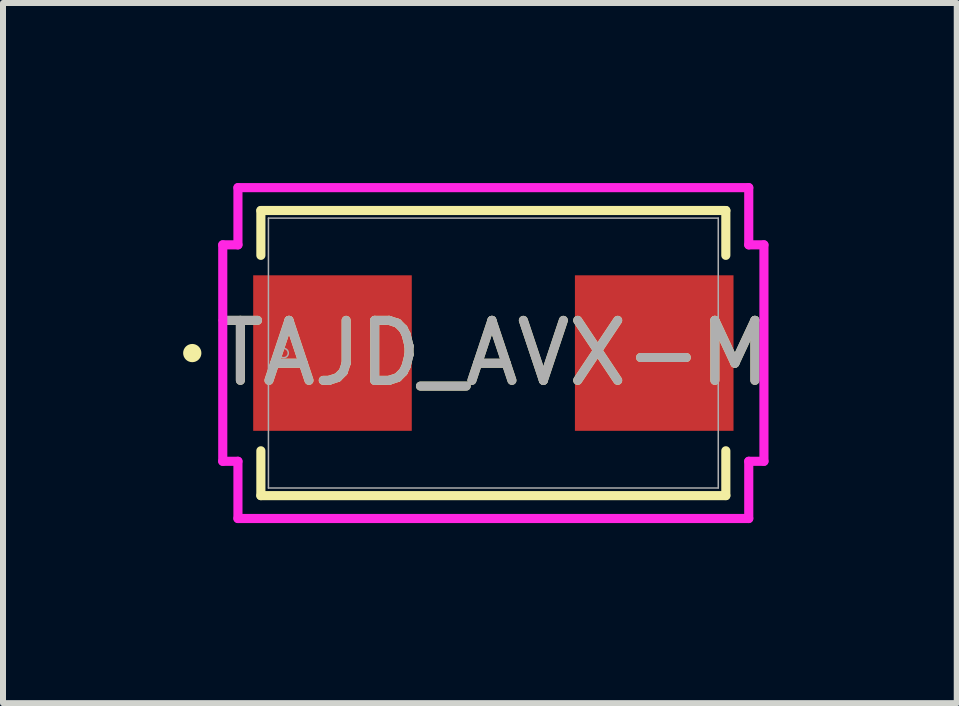
<source format=kicad_pcb>
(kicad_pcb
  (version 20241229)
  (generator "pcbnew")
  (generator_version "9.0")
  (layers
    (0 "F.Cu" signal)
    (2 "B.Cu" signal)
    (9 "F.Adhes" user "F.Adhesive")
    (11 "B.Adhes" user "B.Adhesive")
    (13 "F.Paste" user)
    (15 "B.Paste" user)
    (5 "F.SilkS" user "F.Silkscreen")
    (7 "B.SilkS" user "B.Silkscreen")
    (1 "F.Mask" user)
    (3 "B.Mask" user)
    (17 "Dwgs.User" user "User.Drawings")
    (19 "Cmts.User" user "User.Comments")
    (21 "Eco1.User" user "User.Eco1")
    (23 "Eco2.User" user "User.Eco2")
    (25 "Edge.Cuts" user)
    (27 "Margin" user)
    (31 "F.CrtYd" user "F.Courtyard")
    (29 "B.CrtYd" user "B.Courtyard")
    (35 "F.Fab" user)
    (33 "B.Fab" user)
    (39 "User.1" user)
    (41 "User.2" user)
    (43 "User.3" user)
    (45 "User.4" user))
  (footprint "TAJD_AVX-M"
    (layer "F.Cu")
    (at 5.169 2.832)
    (property "Reference" "TAJD_AVX-M" (at 0 0 0) (unlocked yes) (layer "F.SilkS") (effects (font (size 1 1) (thickness 0.15))))
    (attr smd)
    (fp_line (start -3.873 -2.375) (end -3.873 -1.628) (stroke (width 0.152) (type solid)) (layer "F.SilkS"))
    (fp_line (start -3.873 1.628) (end -3.873 2.375) (stroke (width 0.152) (type solid)) (layer "F.SilkS"))
    (fp_line (start -3.873 2.375) (end 3.873 2.375) (stroke (width 0.152) (type solid)) (layer "F.SilkS"))
    (fp_line (start 3.873 -2.375) (end -3.873 -2.375) (stroke (width 0.152) (type solid)) (layer "F.SilkS"))
    (fp_line (start 3.873 -1.628) (end 3.873 -2.375) (stroke (width 0.152) (type solid)) (layer "F.SilkS"))
    (fp_line (start 3.873 2.375) (end 3.873 1.628) (stroke (width 0.152) (type solid)) (layer "F.SilkS"))
    (fp_circle (center -5.016 0) (end -4.94 0) (stroke (width 0.152) (type solid)) (fill no) (layer "F.SilkS"))
    (fp_line (start -4.508 -1.803) (end -4.255 -1.803) (stroke (width 0.152) (type solid)) (layer "F.CrtYd"))
    (fp_line (start -4.508 1.803) (end -4.508 -1.803) (stroke (width 0.152) (type solid)) (layer "F.CrtYd"))
    (fp_line (start -4.255 -2.756) (end 4.255 -2.756) (stroke (width 0.152) (type solid)) (layer "F.CrtYd"))
    (fp_line (start -4.255 -1.803) (end -4.255 -2.756) (stroke (width 0.152) (type solid)) (layer "F.CrtYd"))
    (fp_line (start -4.255 1.803) (end -4.508 1.803) (stroke (width 0.152) (type solid)) (layer "F.CrtYd"))
    (fp_line (start -4.255 2.756) (end -4.255 1.803) (stroke (width 0.152) (type solid)) (layer "F.CrtYd"))
    (fp_line (start 4.255 -2.756) (end 4.255 -1.803) (stroke (width 0.152) (type solid)) (layer "F.CrtYd"))
    (fp_line (start 4.255 -1.803) (end 4.508 -1.803) (stroke (width 0.152) (type solid)) (layer "F.CrtYd"))
    (fp_line (start 4.255 1.803) (end 4.255 2.756) (stroke (width 0.152) (type solid)) (layer "F.CrtYd"))
    (fp_line (start 4.255 2.756) (end -4.255 2.756) (stroke (width 0.152) (type solid)) (layer "F.CrtYd"))
    (fp_line (start 4.508 -1.803) (end 4.508 1.803) (stroke (width 0.152) (type solid)) (layer "F.CrtYd"))
    (fp_line (start 4.508 1.803) (end 4.255 1.803) (stroke (width 0.152) (type solid)) (layer "F.CrtYd"))
    (fp_line (start -3.747 -2.248) (end -3.747 2.248) (stroke (width 0.025) (type solid)) (layer "F.Fab"))
    (fp_line (start -3.747 2.248) (end 3.747 2.248) (stroke (width 0.025) (type solid)) (layer "F.Fab"))
    (fp_line (start 3.747 -2.248) (end -3.747 -2.248) (stroke (width 0.025) (type solid)) (layer "F.Fab"))
    (fp_line (start 3.747 2.248) (end 3.747 -2.248) (stroke (width 0.025) (type solid)) (layer "F.Fab"))
    (fp_circle (center -3.493 0) (end -3.416 0) (stroke (width 0.025) (type solid)) (fill no) (layer "F.Fab"))
    (fp_text user "${REFERENCE}" (at 0 0 0) (unlocked yes) (layer "F.Fab") (effects (font (size 1 1) (thickness 0.15))))
    (pad "1" smd rect (at -2.68 0 90) (size 2.591 2.642) (layers "F.Cu" "F.Mask" "F.Paste"))
    (pad "2" smd rect (at 2.68 0 90) (size 2.591 2.642) (layers "F.Cu" "F.Mask" "F.Paste"))
    (zone (net_name "") (layer "F.Cu") (hatch full 0.508) (connect_pads) (min_thickness 0.254) (filled_areas_thickness no) (keepout (tracks not_allowed) (vias not_allowed) (pads allowed) (copperpour not_allowed) (footprints allowed)) (placement (enabled no)) (fill) (polygon (pts (xy 1.473 0.635) (xy 8.865 0.635) (xy 8.865 1.486) (xy 1.473 1.486))))
    (zone (net_name "") (layer "F.Cu") (hatch full 0.508) (connect_pads) (min_thickness 0.254) (filled_areas_thickness no) (keepout (tracks not_allowed) (vias not_allowed) (pads allowed) (copperpour not_allowed) (footprints allowed)) (placement (enabled no)) (fill) (polygon (pts (xy 1.473 4.178) (xy 8.865 4.178) (xy 8.865 5.029) (xy 1.473 5.029))))
    (zone (net_name "") (layer "F.Cu") (hatch full 0.508) (connect_pads) (min_thickness 0.254) (filled_areas_thickness no) (keepout (tracks not_allowed) (vias not_allowed) (pads allowed) (copperpour not_allowed) (footprints allowed)) (placement (enabled no)) (fill) (polygon (pts (xy 3.861 1.486) (xy 6.477 1.486) (xy 6.477 4.178) (xy 3.861 4.178)))))
  (gr_rect
    (start -3 -3)
    (end 12.889 8.664)
    (stroke (width 0.1) (type default))
    (fill no)
    (layer "Edge.Cuts")))
</source>
